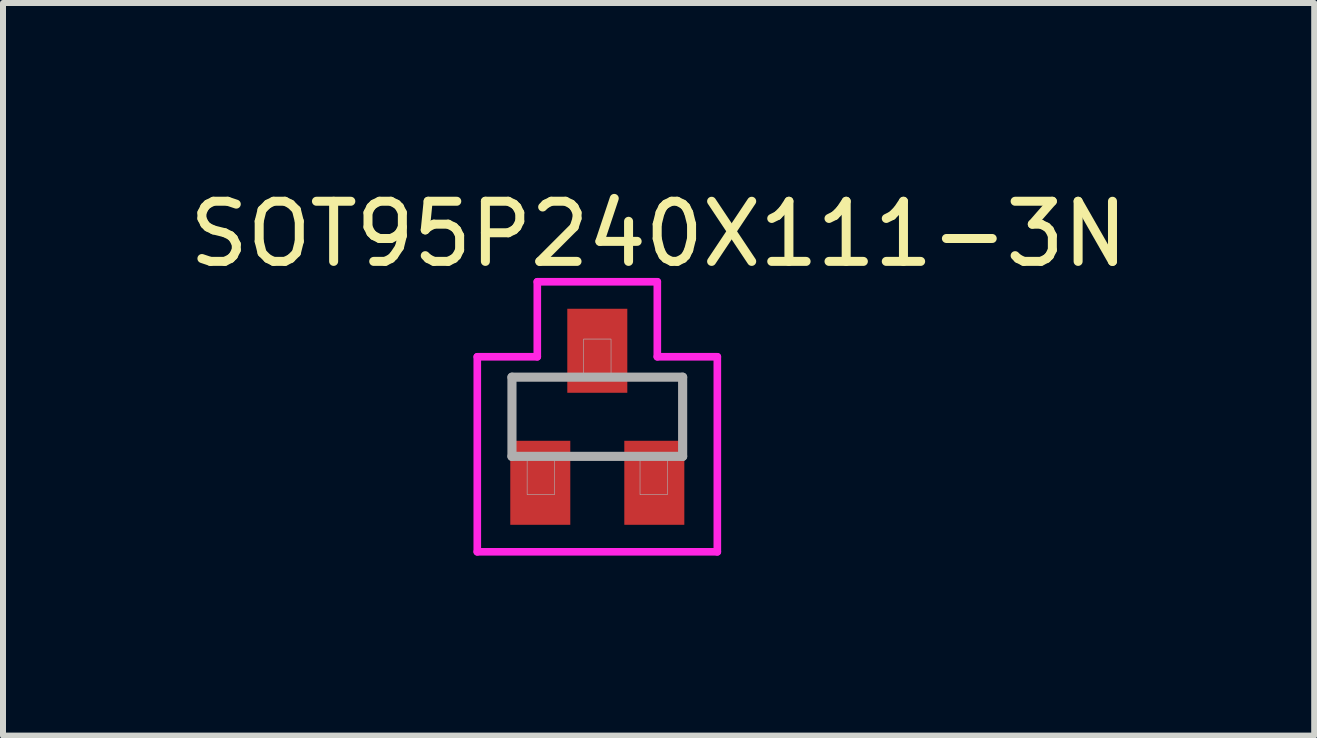
<source format=kicad_pcb>
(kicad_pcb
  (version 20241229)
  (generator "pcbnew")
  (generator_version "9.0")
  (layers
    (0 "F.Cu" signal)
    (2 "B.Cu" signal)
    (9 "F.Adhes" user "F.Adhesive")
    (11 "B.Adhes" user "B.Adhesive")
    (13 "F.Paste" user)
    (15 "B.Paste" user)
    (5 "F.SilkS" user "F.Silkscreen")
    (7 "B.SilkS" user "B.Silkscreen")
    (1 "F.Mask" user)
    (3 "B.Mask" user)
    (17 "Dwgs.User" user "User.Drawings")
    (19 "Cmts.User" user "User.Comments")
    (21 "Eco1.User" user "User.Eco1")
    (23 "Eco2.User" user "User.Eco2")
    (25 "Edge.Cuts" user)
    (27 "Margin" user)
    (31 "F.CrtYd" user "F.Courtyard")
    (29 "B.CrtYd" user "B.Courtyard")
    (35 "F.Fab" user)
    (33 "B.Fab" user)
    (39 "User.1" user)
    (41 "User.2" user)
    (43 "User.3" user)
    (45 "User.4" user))
  (footprint "SOT95P240X111-3N"
    (layer "F.Cu")
    (at 6.903 3.895)
    (property "Reference" "SOT95P240X111-3N" (at 1.022 -3.045 0) (layer "F.SilkS") (effects (font (size 1.002 1.002) (thickness 0.15))))
    (attr smd)
    (fp_line (start -2 -1) (end -1 -1) (stroke (width 0.127) (type solid)) (layer "F.CrtYd"))
    (fp_line (start -2 2.25) (end -2 -1) (stroke (width 0.127) (type solid)) (layer "F.CrtYd"))
    (fp_line (start -1 -2.25) (end 1 -2.25) (stroke (width 0.127) (type solid)) (layer "F.CrtYd"))
    (fp_line (start -1 -1) (end -1 -2.25) (stroke (width 0.127) (type solid)) (layer "F.CrtYd"))
    (fp_line (start 1 -2.25) (end 1 -1) (stroke (width 0.127) (type solid)) (layer "F.CrtYd"))
    (fp_line (start 1 -1) (end 2 -1) (stroke (width 0.127) (type solid)) (layer "F.CrtYd"))
    (fp_line (start 2 -1) (end 2 2.25) (stroke (width 0.127) (type solid)) (layer "F.CrtYd"))
    (fp_line (start 2 2.25) (end -2 2.25) (stroke (width 0.127) (type solid)) (layer "F.CrtYd"))
    (fp_line (start -1.422 -0.66) (end 1.422 -0.66) (stroke (width 0.152) (type solid)) (layer "F.Fab"))
    (fp_line (start -1.422 0.66) (end -1.422 -0.66) (stroke (width 0.152) (type solid)) (layer "F.Fab"))
    (fp_line (start 1.422 -0.66) (end 1.422 0.66) (stroke (width 0.152) (type solid)) (layer "F.Fab"))
    (fp_line (start 1.422 0.66) (end -1.422 0.66) (stroke (width 0.152) (type solid)) (layer "F.Fab"))
    (fp_poly (pts (xy -1.169 0.711) (xy -0.711 0.711) (xy -0.711 1.296) (xy -1.169 1.296)) (stroke (width 0.01) (type solid)) (fill no) (layer "F.Fab"))
    (fp_poly (pts (xy -0.229 -1.295) (xy 0.229 -1.295) (xy 0.229 -0.712) (xy -0.229 -0.712)) (stroke (width 0.01) (type solid)) (fill no) (layer "F.Fab"))
    (fp_poly (pts (xy 0.712 0.711) (xy 1.168 0.711) (xy 1.168 1.298) (xy 0.712 1.298)) (stroke (width 0.01) (type solid)) (fill no) (layer "F.Fab"))
    (pad "1" smd rect (at -0.95 1.1) (size 1 1.4) (layers "F.Cu" "F.Mask" "F.Paste"))
    (pad "2" smd rect (at 0.95 1.1) (size 1 1.4) (layers "F.Cu" "F.Mask" "F.Paste"))
    (pad "3" smd rect (at 0 -1.1) (size 1 1.4) (layers "F.Cu" "F.Mask" "F.Paste")))
  (gr_rect
    (start -3 -3)
    (end 18.849 9.208)
    (stroke (width 0.1) (type default))
    (fill no)
    (layer "Edge.Cuts")))
</source>
